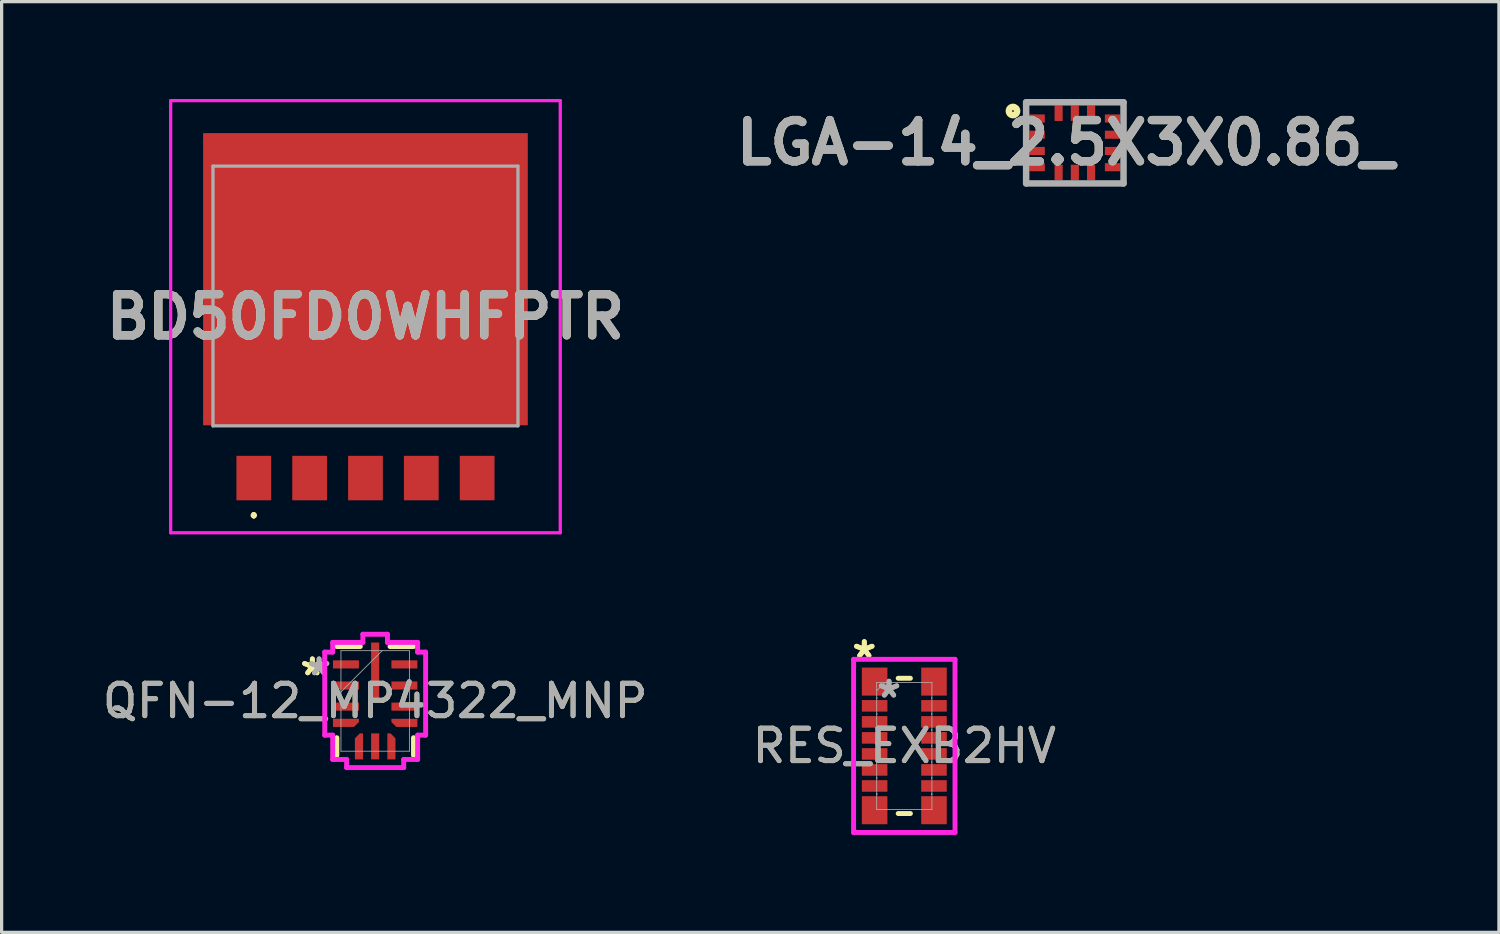
<source format=kicad_pcb>
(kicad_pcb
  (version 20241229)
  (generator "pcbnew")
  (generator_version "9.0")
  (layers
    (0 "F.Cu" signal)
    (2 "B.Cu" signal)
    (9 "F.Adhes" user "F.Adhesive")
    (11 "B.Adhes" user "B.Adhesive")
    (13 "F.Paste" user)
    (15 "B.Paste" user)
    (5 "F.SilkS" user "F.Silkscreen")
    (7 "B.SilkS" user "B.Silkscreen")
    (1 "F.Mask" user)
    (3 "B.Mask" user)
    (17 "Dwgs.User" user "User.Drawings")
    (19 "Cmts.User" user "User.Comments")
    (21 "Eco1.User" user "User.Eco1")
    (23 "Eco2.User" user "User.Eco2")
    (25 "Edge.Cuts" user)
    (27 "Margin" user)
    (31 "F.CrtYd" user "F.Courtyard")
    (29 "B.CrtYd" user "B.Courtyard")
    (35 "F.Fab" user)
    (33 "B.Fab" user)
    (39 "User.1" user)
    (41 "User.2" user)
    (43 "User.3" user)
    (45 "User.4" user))
  (footprint "QFN-12_MP4322_MNP"
    (layer "F.Cu")
    (at 8.506 18.54)
    (property "Reference" "QFN-12_MP4322_MNP" (at 0 0 0) (unlocked yes) (layer "F.SilkS") (effects (font (size 1 1) (thickness 0.15))))
    (attr smd)
    (fp_poly (pts (xy -1.3 0.8) (xy -1.3 0.55) (xy -0.5 0.55) (xy -0.5 0.65) (xy -0.65 0.8)) (stroke (width 0) (type solid)) (fill yes) (layer "F.Cu"))
    (fp_poly (pts (xy -0.625 1.8) (xy -0.375 1.8) (xy -0.375 1) (xy -0.475 1) (xy -0.625 1.15)) (stroke (width 0) (type solid)) (fill yes) (layer "F.Cu"))
    (fp_poly (pts (xy 0.625 1.8) (xy 0.375 1.8) (xy 0.375 1) (xy 0.475 1) (xy 0.625 1.15)) (stroke (width 0) (type solid)) (fill yes) (layer "F.Cu"))
    (fp_poly (pts (xy 1.3 0.8) (xy 1.3 0.55) (xy 0.5 0.55) (xy 0.5 0.65) (xy 0.65 0.8)) (stroke (width 0) (type solid)) (fill yes) (layer "F.Cu"))
    (fp_poly (pts (xy -1.3 0.8) (xy -1.3 0.55) (xy -0.5 0.55) (xy -0.5 0.65) (xy -0.65 0.8)) (stroke (width 0) (type solid)) (fill yes) (layer "F.Mask"))
    (fp_poly (pts (xy -0.625 1.8) (xy -0.375 1.8) (xy -0.375 1) (xy -0.475 1) (xy -0.625 1.15)) (stroke (width 0) (type solid)) (fill yes) (layer "F.Mask"))
    (fp_poly (pts (xy 0.625 1.8) (xy 0.375 1.8) (xy 0.375 1) (xy 0.475 1) (xy 0.625 1.15)) (stroke (width 0) (type solid)) (fill yes) (layer "F.Mask"))
    (fp_poly (pts (xy 1.3 0.8) (xy 1.3 0.55) (xy 0.5 0.55) (xy 0.5 0.65) (xy 0.65 0.8)) (stroke (width 0) (type solid)) (fill yes) (layer "F.Mask"))
    (fp_line (start -1.181 1.133) (end -1.181 1.676) (stroke (width 0.152) (type solid)) (layer "F.SilkS"))
    (fp_line (start -0.458 -1.676) (end -1.181 -1.676) (stroke (width 0.152) (type solid)) (layer "F.SilkS"))
    (fp_line (start 1.181 -1.676) (end 0.458 -1.676) (stroke (width 0.152) (type solid)) (layer "F.SilkS"))
    (fp_line (start 1.181 1.676) (end 1.181 1.133) (stroke (width 0.152) (type solid)) (layer "F.SilkS"))
    (fp_poly (pts (xy -1.3 0.8) (xy -1.3 0.55) (xy -0.5 0.55) (xy -0.5 0.65) (xy -0.65 0.8)) (stroke (width 0) (type solid)) (fill yes) (layer "F.Paste"))
    (fp_poly (pts (xy -0.625 1.8) (xy -0.375 1.8) (xy -0.375 1) (xy -0.475 1) (xy -0.625 1.15)) (stroke (width 0) (type solid)) (fill yes) (layer "F.Paste"))
    (fp_poly (pts (xy 0.625 1.8) (xy 0.375 1.8) (xy 0.375 1) (xy 0.475 1) (xy 0.625 1.15)) (stroke (width 0) (type solid)) (fill yes) (layer "F.Paste"))
    (fp_poly (pts (xy 1.3 0.8) (xy 1.3 0.55) (xy 0.5 0.55) (xy 0.5 0.65) (xy 0.65 0.8)) (stroke (width 0) (type solid)) (fill yes) (layer "F.Paste"))
    (fp_line (start -1.554 -1.504) (end -1.554 1.054) (stroke (width 0.152) (type solid)) (layer "F.CrtYd"))
    (fp_line (start -1.554 1.054) (end -1.308 1.054) (stroke (width 0.152) (type solid)) (layer "F.CrtYd"))
    (fp_line (start -1.308 -1.803) (end -1.308 -1.504) (stroke (width 0.152) (type solid)) (layer "F.CrtYd"))
    (fp_line (start -1.308 -1.504) (end -1.554 -1.504) (stroke (width 0.152) (type solid)) (layer "F.CrtYd"))
    (fp_line (start -1.308 1.054) (end -1.308 1.803) (stroke (width 0.152) (type solid)) (layer "F.CrtYd"))
    (fp_line (start -1.308 1.803) (end -0.879 1.803) (stroke (width 0.152) (type solid)) (layer "F.CrtYd"))
    (fp_line (start -0.879 1.803) (end -0.879 2.054) (stroke (width 0.152) (type solid)) (layer "F.CrtYd"))
    (fp_line (start -0.879 2.054) (end 0.879 2.054) (stroke (width 0.152) (type solid)) (layer "F.CrtYd"))
    (fp_line (start -0.379 -2.054) (end -0.379 -1.803) (stroke (width 0.152) (type solid)) (layer "F.CrtYd"))
    (fp_line (start -0.379 -1.803) (end -1.308 -1.803) (stroke (width 0.152) (type solid)) (layer "F.CrtYd"))
    (fp_line (start 0.379 -2.054) (end -0.379 -2.054) (stroke (width 0.152) (type solid)) (layer "F.CrtYd"))
    (fp_line (start 0.379 -1.803) (end 0.379 -2.054) (stroke (width 0.152) (type solid)) (layer "F.CrtYd"))
    (fp_line (start 0.879 1.803) (end 1.308 1.803) (stroke (width 0.152) (type solid)) (layer "F.CrtYd"))
    (fp_line (start 0.879 2.054) (end 0.879 1.803) (stroke (width 0.152) (type solid)) (layer "F.CrtYd"))
    (fp_line (start 1.308 -1.803) (end 0.379 -1.803) (stroke (width 0.152) (type solid)) (layer "F.CrtYd"))
    (fp_line (start 1.308 -1.504) (end 1.308 -1.803) (stroke (width 0.152) (type solid)) (layer "F.CrtYd"))
    (fp_line (start 1.308 1.054) (end 1.554 1.054) (stroke (width 0.152) (type solid)) (layer "F.CrtYd"))
    (fp_line (start 1.308 1.803) (end 1.308 1.054) (stroke (width 0.152) (type solid)) (layer "F.CrtYd"))
    (fp_line (start 1.554 -1.504) (end 1.308 -1.504) (stroke (width 0.152) (type solid)) (layer "F.CrtYd"))
    (fp_line (start 1.554 1.054) (end 1.554 -1.504) (stroke (width 0.152) (type solid)) (layer "F.CrtYd"))
    (fp_line (start -1.054 -1.549) (end -1.054 1.549) (stroke (width 0.025) (type solid)) (layer "F.Fab"))
    (fp_line (start -1.054 -0.279) (end 0.216 -1.549) (stroke (width 0.025) (type solid)) (layer "F.Fab"))
    (fp_line (start -1.054 1.549) (end 1.054 1.549) (stroke (width 0.025) (type solid)) (layer "F.Fab"))
    (fp_line (start 1.054 -1.549) (end -1.054 -1.549) (stroke (width 0.025) (type solid)) (layer "F.Fab"))
    (fp_line (start 1.054 1.549) (end 1.054 -1.549) (stroke (width 0.025) (type solid)) (layer "F.Fab"))
    (fp_text user "*" (at -1.935 -0.75 0) (layer "F.SilkS") (effects (font (size 1 1) (thickness 0.15))))
    (fp_text user "*" (at -1.935 -0.75 0) (unlocked yes) (layer "F.SilkS") (effects (font (size 1 1) (thickness 0.15))))
    (fp_text user "*" (at -1.728 -0.75 0) (unlocked yes) (layer "F.Fab") (effects (font (size 1 1) (thickness 0.15))))
    (fp_text user "${REFERENCE}" (at 0 0 0) (unlocked yes) (layer "F.Fab") (effects (font (size 1 1) (thickness 0.15))))
    (fp_text user "*" (at -1.728 -0.75 0) (layer "F.Fab") (effects (font (size 1 1) (thickness 0.15))))
    (pad "1" smd rect (at -0.9 -1.125) (size 0.8 0.25) (layers "F.Cu" "F.Mask" "F.Paste"))
    (pad "2" smd rect (at -0.9 -0.475) (size 0.8 0.25) (layers "F.Cu" "F.Mask" "F.Paste"))
    (pad "3" smd rect (at -0.9 0.175) (size 0.8 0.25) (layers "F.Cu" "F.Mask" "F.Paste"))
    (pad "4" smd rect (at -0.9 0.675) (size 0.127 0.127) (layers "F.Cu" "F.Mask" "F.Paste"))
    (pad "5" smd rect (at -0.5 1.4 90) (size 0.127 0.127) (layers "F.Cu" "F.Mask" "F.Paste"))
    (pad "6" smd rect (at 0 1.4 90) (size 0.8 0.25) (layers "F.Cu" "F.Mask" "F.Paste"))
    (pad "7" smd rect (at 0.5 1.4 90) (size 0.127 0.127) (layers "F.Cu" "F.Mask" "F.Paste"))
    (pad "8" smd rect (at 0.9 0.675) (size 0.127 0.127) (layers "F.Cu" "F.Mask" "F.Paste"))
    (pad "9" smd rect (at 0.9 0.175) (size 0.8 0.25) (layers "F.Cu" "F.Mask" "F.Paste"))
    (pad "10" smd rect (at 0.9 -0.475) (size 0.8 0.25) (layers "F.Cu" "F.Mask" "F.Paste"))
    (pad "11" smd rect (at 0.9 -1.125) (size 0.8 0.25) (layers "F.Cu" "F.Mask" "F.Paste"))
    (pad "12" smd rect (at 0 -0.9) (size 0.25 1.8) (layers "F.Cu" "F.Mask" "F.Paste")))
  (footprint "BD50FD0WHFPTR"
    (layer "F.Cu")
    (at 8.207 6.705)
    (property "Reference" "BD50FD0WHFPTR" (at 0 0 0) (layer "F.SilkS") (effects (font (size 1.27 1.27) (thickness 0.254))))
    (attr smd)
    (fp_line (start -3.44 6.066) (end -3.44 6.066) (stroke (width 0.1) (type solid)) (layer "F.SilkS"))
    (fp_line (start -3.44 6.166) (end -3.44 6.166) (stroke (width 0.1) (type solid)) (layer "F.SilkS"))
    (fp_arc (start -3.44 6.066) (mid -3.39 6.116) (end -3.44 6.166) (stroke (width 0.1) (type solid)) (layer "F.SilkS"))
    (fp_arc (start -3.44 6.166) (mid -3.49 6.116) (end -3.44 6.066) (stroke (width 0.1) (type solid)) (layer "F.SilkS"))
    (fp_line (start -6 -6.655) (end 6 -6.655) (stroke (width 0.1) (type solid)) (layer "F.CrtYd"))
    (fp_line (start -6 6.655) (end -6 -6.655) (stroke (width 0.1) (type solid)) (layer "F.CrtYd"))
    (fp_line (start 6 -6.655) (end 6 6.655) (stroke (width 0.1) (type solid)) (layer "F.CrtYd"))
    (fp_line (start 6 6.655) (end -6 6.655) (stroke (width 0.1) (type solid)) (layer "F.CrtYd"))
    (fp_line (start -4.697 -4.638) (end 4.697 -4.638) (stroke (width 0.1) (type solid)) (layer "F.Fab"))
    (fp_line (start -4.697 3.362) (end -4.697 -4.638) (stroke (width 0.1) (type solid)) (layer "F.Fab"))
    (fp_line (start 4.697 -4.638) (end 4.697 3.362) (stroke (width 0.1) (type solid)) (layer "F.Fab"))
    (fp_line (start 4.697 3.362) (end -4.697 3.362) (stroke (width 0.1) (type solid)) (layer "F.Fab"))
    (fp_text user "${REFERENCE}" (at 0 0 0) (layer "F.Fab") (effects (font (size 1.27 1.27) (thickness 0.254))))
    (pad "1" smd rect (at -3.44 4.97) (size 1.07 1.37) (layers "F.Cu" "F.Mask" "F.Paste"))
    (pad "2" smd rect (at -1.72 4.97) (size 1.07 1.37) (layers "F.Cu" "F.Mask" "F.Paste"))
    (pad "3" smd rect (at 0 4.97) (size 1.07 1.37) (layers "F.Cu" "F.Mask" "F.Paste"))
    (pad "4" smd rect (at 1.72 4.97) (size 1.07 1.37) (layers "F.Cu" "F.Mask" "F.Paste"))
    (pad "5" smd rect (at 3.44 4.97) (size 1.07 1.37) (layers "F.Cu" "F.Mask" "F.Paste"))
    (pad "6" smd rect (at 0 -1.155 90) (size 9 10) (layers "F.Cu" "F.Mask" "F.Paste")))
  (footprint "RES_EXB2HV"
    (layer "F.Cu")
    (at 24.804 19.925)
    (property "Reference" "RES_EXB2HV" (at 0 0 0) (unlocked yes) (layer "F.SilkS") (effects (font (size 1 1) (thickness 0.15))))
    (attr smd)
    (fp_line (start -0.188 -2.083) (end 0.188 -2.083) (stroke (width 0.152) (type solid)) (layer "F.SilkS"))
    (fp_line (start -0.188 2.083) (end 0.188 2.083) (stroke (width 0.152) (type solid)) (layer "F.SilkS"))
    (fp_line (start -1.562 -2.667) (end 1.562 -2.667) (stroke (width 0.152) (type solid)) (layer "F.CrtYd"))
    (fp_line (start -1.562 2.667) (end -1.562 -2.667) (stroke (width 0.152) (type solid)) (layer "F.CrtYd"))
    (fp_line (start 1.562 -2.667) (end 1.562 2.667) (stroke (width 0.152) (type solid)) (layer "F.CrtYd"))
    (fp_line (start 1.562 2.667) (end -1.562 2.667) (stroke (width 0.152) (type solid)) (layer "F.CrtYd"))
    (fp_line (start -0.851 -1.956) (end 0.851 -1.956) (stroke (width 0.025) (type solid)) (layer "F.Fab"))
    (fp_line (start -0.851 -1.499) (end -0.851 -1.956) (stroke (width 0.025) (type solid)) (layer "F.Fab"))
    (fp_line (start -0.851 -1.462) (end -0.851 -1.005) (stroke (width 0.025) (type solid)) (layer "F.Fab"))
    (fp_line (start -0.851 -0.969) (end -0.851 -0.512) (stroke (width 0.025) (type solid)) (layer "F.Fab"))
    (fp_line (start -0.851 -0.475) (end -0.851 -0.018) (stroke (width 0.025) (type solid)) (layer "F.Fab"))
    (fp_line (start -0.851 0.018) (end -0.851 0.475) (stroke (width 0.025) (type solid)) (layer "F.Fab"))
    (fp_line (start -0.851 0.512) (end -0.851 0.969) (stroke (width 0.025) (type solid)) (layer "F.Fab"))
    (fp_line (start -0.851 1.005) (end -0.851 1.463) (stroke (width 0.025) (type solid)) (layer "F.Fab"))
    (fp_line (start -0.851 1.499) (end -0.851 1.956) (stroke (width 0.025) (type solid)) (layer "F.Fab"))
    (fp_line (start -0.851 1.499) (end -0.851 1.499) (stroke (width 0.025) (type solid)) (layer "F.Fab"))
    (fp_line (start -0.851 1.956) (end 0.851 1.956) (stroke (width 0.025) (type solid)) (layer "F.Fab"))
    (fp_line (start -0.597 -1.956) (end -0.851 -1.702) (stroke (width 0.025) (type solid)) (layer "F.Fab"))
    (fp_line (start 0.851 -1.499) (end 0.851 -1.956) (stroke (width 0.025) (type solid)) (layer "F.Fab"))
    (fp_line (start 0.851 -1.462) (end 0.851 -1.005) (stroke (width 0.025) (type solid)) (layer "F.Fab"))
    (fp_line (start 0.851 -0.969) (end 0.851 -0.512) (stroke (width 0.025) (type solid)) (layer "F.Fab"))
    (fp_line (start 0.851 -0.475) (end 0.851 -0.018) (stroke (width 0.025) (type solid)) (layer "F.Fab"))
    (fp_line (start 0.851 0.018) (end 0.851 0.475) (stroke (width 0.025) (type solid)) (layer "F.Fab"))
    (fp_line (start 0.851 0.512) (end 0.851 0.969) (stroke (width 0.025) (type solid)) (layer "F.Fab"))
    (fp_line (start 0.851 1.005) (end 0.851 1.463) (stroke (width 0.025) (type solid)) (layer "F.Fab"))
    (fp_line (start 0.851 1.499) (end 0.851 1.956) (stroke (width 0.025) (type solid)) (layer "F.Fab"))
    (fp_line (start 0.851 1.499) (end 0.851 1.499) (stroke (width 0.025) (type solid)) (layer "F.Fab"))
    (fp_arc (start -0.8509 -1.4986) (mid -0.832739 -1.480439) (end -0.8509 -1.462278) (stroke (width 0.0254) (type solid)) (layer "F.Fab"))
    (fp_arc (start -0.8509 -1.005078) (mid -0.832739 -0.986917) (end -0.8509 -0.968756) (stroke (width 0.0254) (type solid)) (layer "F.Fab"))
    (fp_arc (start -0.8509 -0.511556) (mid -0.832739 -0.493395) (end -0.8509 -0.475234) (stroke (width 0.0254) (type solid)) (layer "F.Fab"))
    (fp_arc (start -0.8509 -0.018034) (mid -0.832739 0.000127) (end -0.8509 0.018288) (stroke (width 0.0254) (type solid)) (layer "F.Fab"))
    (fp_arc (start -0.8509 0.475488) (mid -0.832739 0.493649) (end -0.8509 0.51181) (stroke (width 0.0254) (type solid)) (layer "F.Fab"))
    (fp_arc (start -0.8509 0.96901) (mid -0.832739 0.987171) (end -0.8509 1.005332) (stroke (width 0.0254) (type solid)) (layer "F.Fab"))
    (fp_arc (start -0.8509 1.462532) (mid -0.832739 1.480693) (end -0.8509 1.498854) (stroke (width 0.0254) (type solid)) (layer "F.Fab"))
    (fp_arc (start 0.8509 -1.462278) (mid 0.832739 -1.480439) (end 0.8509 -1.4986) (stroke (width 0.0254) (type solid)) (layer "F.Fab"))
    (fp_arc (start 0.8509 -0.968756) (mid 0.832739 -0.986917) (end 0.8509 -1.005078) (stroke (width 0.0254) (type solid)) (layer "F.Fab"))
    (fp_arc (start 0.8509 -0.475234) (mid 0.832739 -0.493395) (end 0.8509 -0.511556) (stroke (width 0.0254) (type solid)) (layer "F.Fab"))
    (fp_arc (start 0.8509 0.018288) (mid 0.832739 0.000127) (end 0.8509 -0.018034) (stroke (width 0.0254) (type solid)) (layer "F.Fab"))
    (fp_arc (start 0.8509 0.51181) (mid 0.832739 0.493649) (end 0.8509 0.475488) (stroke (width 0.0254) (type solid)) (layer "F.Fab"))
    (fp_arc (start 0.8509 1.005332) (mid 0.832739 0.987171) (end 0.8509 0.96901) (stroke (width 0.0254) (type solid)) (layer "F.Fab"))
    (fp_arc (start 0.8509 1.498854) (mid 0.832739 1.480693) (end 0.8509 1.462532) (stroke (width 0.0254) (type solid)) (layer "F.Fab"))
    (fp_text user "*" (at -1.232 -2.667 0) (layer "F.SilkS") (effects (font (size 1 1) (thickness 0.15))))
    (fp_text user "*" (at -1.232 -2.667 0) (unlocked yes) (layer "F.SilkS") (effects (font (size 1 1) (thickness 0.15))))
    (fp_text user "*" (at -0.47 -1.448 0) (unlocked yes) (layer "F.Fab") (effects (font (size 1 1) (thickness 0.15))))
    (fp_text user "${REFERENCE}" (at 0 0 0) (unlocked yes) (layer "F.Fab") (effects (font (size 1 1) (thickness 0.15))))
    (fp_text user "*" (at -0.47 -1.448 0) (layer "F.Fab") (effects (font (size 1 1) (thickness 0.15))))
    (pad "1" smd rect (at -0.914 -1.981) (size 0.787 0.864) (layers "F.Cu" "F.Mask" "F.Paste"))
    (pad "2" smd rect (at -0.914 -1.234) (size 0.787 0.356) (layers "F.Cu" "F.Mask" "F.Paste"))
    (pad "3" smd rect (at -0.914 -0.74) (size 0.787 0.356) (layers "F.Cu" "F.Mask" "F.Paste"))
    (pad "4" smd rect (at -0.914 -0.247) (size 0.787 0.356) (layers "F.Cu" "F.Mask" "F.Paste"))
    (pad "5" smd rect (at -0.914 0.247) (size 0.787 0.356) (layers "F.Cu" "F.Mask" "F.Paste"))
    (pad "6" smd rect (at -0.914 0.74) (size 0.787 0.356) (layers "F.Cu" "F.Mask" "F.Paste"))
    (pad "7" smd rect (at -0.914 1.234) (size 0.787 0.356) (layers "F.Cu" "F.Mask" "F.Paste"))
    (pad "8" smd rect (at -0.914 1.981) (size 0.787 0.864) (layers "F.Cu" "F.Mask" "F.Paste"))
    (pad "9" smd rect (at 0.914 1.981) (size 0.787 0.864) (layers "F.Cu" "F.Mask" "F.Paste"))
    (pad "10" smd rect (at 0.914 1.234) (size 0.787 0.356) (layers "F.Cu" "F.Mask" "F.Paste"))
    (pad "11" smd rect (at 0.914 0.74) (size 0.787 0.356) (layers "F.Cu" "F.Mask" "F.Paste"))
    (pad "12" smd rect (at 0.914 0.247) (size 0.787 0.356) (layers "F.Cu" "F.Mask" "F.Paste"))
    (pad "13" smd rect (at 0.914 -0.247) (size 0.787 0.356) (layers "F.Cu" "F.Mask" "F.Paste"))
    (pad "14" smd rect (at 0.914 -0.74) (size 0.787 0.356) (layers "F.Cu" "F.Mask" "F.Paste"))
    (pad "15" smd rect (at 0.914 -1.234) (size 0.787 0.356) (layers "F.Cu" "F.Mask" "F.Paste"))
    (pad "16" smd rect (at 0.914 -1.981) (size 0.787 0.864) (layers "F.Cu" "F.Mask" "F.Paste")))
  (footprint "LGA-14_2.5X3X0.86_"
    (layer "F.Cu")
    (at 30.057 1.35)
    (property "Reference" "LGA-14_2.5X3X0.86_" (at -0.29 -0.006 0) (layer "F.SilkS") (effects (font (size 1.27 1.27) (thickness 0.254))))
    (attr smd)
    (fp_circle (center -1.905 -0.98) (end -1.905 -0.953) (stroke (width 0.2) (type solid)) (fill no) (layer "F.SilkS"))
    (fp_line (start -1.5 -1.25) (end 1.5 -1.25) (stroke (width 0.2) (type solid)) (layer "F.Fab"))
    (fp_line (start -1.5 1.25) (end -1.5 -1.25) (stroke (width 0.2) (type solid)) (layer "F.Fab"))
    (fp_line (start 1.5 -1.25) (end 1.5 1.25) (stroke (width 0.2) (type solid)) (layer "F.Fab"))
    (fp_line (start 1.5 1.25) (end -1.5 1.25) (stroke (width 0.2) (type solid)) (layer "F.Fab"))
    (fp_text user "${REFERENCE}" (at -0.29 -0.006 0) (layer "F.Fab") (effects (font (size 1.27 1.27) (thickness 0.254))))
    (pad "1" smd rect (at -1.163 -0.75 90) (size 0.25 0.475) (layers "F.Cu" "F.Mask" "F.Paste"))
    (pad "2" smd rect (at -1.163 -0.25 90) (size 0.25 0.475) (layers "F.Cu" "F.Mask" "F.Paste"))
    (pad "3" smd rect (at -1.163 0.25 90) (size 0.25 0.475) (layers "F.Cu" "F.Mask" "F.Paste"))
    (pad "4" smd rect (at -1.163 0.75 90) (size 0.25 0.475) (layers "F.Cu" "F.Mask" "F.Paste"))
    (pad "5" smd rect (at -0.5 0.912) (size 0.25 0.475) (layers "F.Cu" "F.Mask" "F.Paste"))
    (pad "6" smd rect (at 0 0.912) (size 0.25 0.475) (layers "F.Cu" "F.Mask" "F.Paste"))
    (pad "7" smd rect (at 0.5 0.912) (size 0.25 0.475) (layers "F.Cu" "F.Mask" "F.Paste"))
    (pad "8" smd rect (at 1.163 0.75 90) (size 0.25 0.475) (layers "F.Cu" "F.Mask" "F.Paste"))
    (pad "9" smd rect (at 1.163 0.25 90) (size 0.25 0.475) (layers "F.Cu" "F.Mask" "F.Paste"))
    (pad "10" smd rect (at 1.163 -0.25 90) (size 0.25 0.475) (layers "F.Cu" "F.Mask" "F.Paste"))
    (pad "11" smd rect (at 1.163 -0.75 90) (size 0.25 0.475) (layers "F.Cu" "F.Mask" "F.Paste"))
    (pad "12" smd rect (at 0.5 -0.912) (size 0.25 0.475) (layers "F.Cu" "F.Mask" "F.Paste"))
    (pad "13" smd rect (at 0 -0.912) (size 0.25 0.475) (layers "F.Cu" "F.Mask" "F.Paste"))
    (pad "14" smd rect (at -0.5 -0.912) (size 0.25 0.475) (layers "F.Cu" "F.Mask" "F.Paste")))
  (gr_rect
    (start -3 -3)
    (end 43.12 25.668)
    (stroke (width 0.1) (type default))
    (fill no)
    (layer "Edge.Cuts")))
</source>
